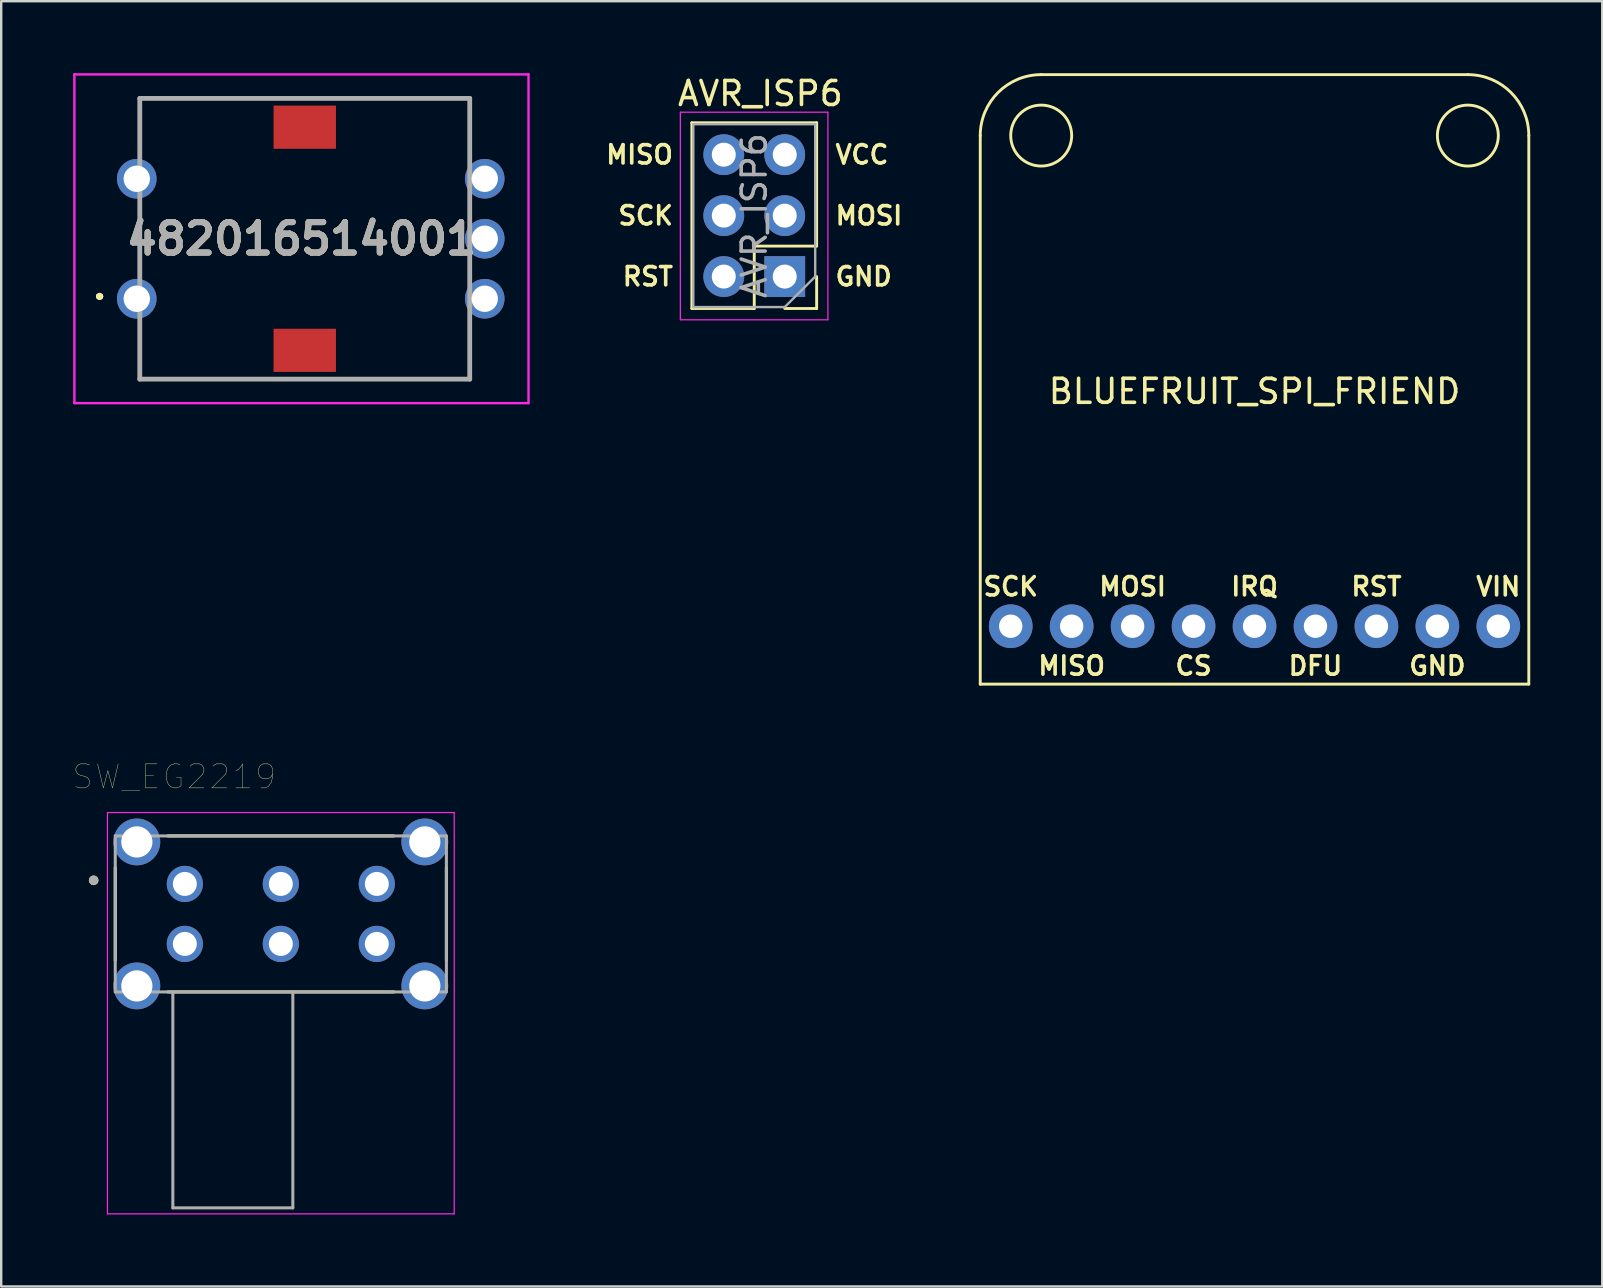
<source format=kicad_pcb>
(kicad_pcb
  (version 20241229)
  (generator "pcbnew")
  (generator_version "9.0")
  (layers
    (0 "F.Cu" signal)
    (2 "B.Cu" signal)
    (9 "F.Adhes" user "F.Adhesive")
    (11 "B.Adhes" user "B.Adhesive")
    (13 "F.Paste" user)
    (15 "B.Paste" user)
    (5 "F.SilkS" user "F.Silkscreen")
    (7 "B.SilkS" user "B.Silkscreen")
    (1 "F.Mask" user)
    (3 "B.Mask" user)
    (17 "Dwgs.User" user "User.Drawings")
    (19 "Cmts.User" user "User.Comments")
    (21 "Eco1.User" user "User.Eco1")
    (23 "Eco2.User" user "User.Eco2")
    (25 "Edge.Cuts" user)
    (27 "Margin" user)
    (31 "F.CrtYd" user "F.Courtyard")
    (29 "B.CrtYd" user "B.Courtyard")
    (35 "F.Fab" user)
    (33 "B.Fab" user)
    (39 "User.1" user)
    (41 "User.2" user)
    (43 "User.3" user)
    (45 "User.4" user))
  (footprint "SW_EG2219"
    (layer "F.Cu")
    (at 8.653 35.036)
    (property "Reference" "SW_EG2219" (at -4.445 -5.715 0) (layer "F.SilkS") (effects (font (size 1 1) (thickness 0.015))))
    (attr through_hole)
    (fp_line (start -6.9 -1.93) (end -6.9 1.93) (stroke (width 0.127) (type solid)) (layer "F.SilkS"))
    (fp_line (start -4.705 3.25) (end 4.705 3.25) (stroke (width 0.127) (type solid)) (layer "F.SilkS"))
    (fp_line (start 4.705 -3.25) (end -4.705 -3.25) (stroke (width 0.127) (type solid)) (layer "F.SilkS"))
    (fp_line (start 6.9 1.93) (end 6.9 -1.93) (stroke (width 0.127) (type solid)) (layer "F.SilkS"))
    (fp_circle (center -7.8 -1.4) (end -7.7 -1.4) (stroke (width 0.2) (type solid)) (fill no) (layer "F.SilkS"))
    (fp_line (start -7.225 -4.225) (end 7.225 -4.225) (stroke (width 0.05) (type solid)) (layer "F.CrtYd"))
    (fp_line (start -7.225 12.5) (end -7.225 -4.225) (stroke (width 0.05) (type solid)) (layer "F.CrtYd"))
    (fp_line (start 7.225 -4.225) (end 7.225 12.5) (stroke (width 0.05) (type solid)) (layer "F.CrtYd"))
    (fp_line (start 7.225 12.5) (end -7.225 12.5) (stroke (width 0.05) (type solid)) (layer "F.CrtYd"))
    (fp_line (start -6.9 -3.25) (end -6.9 3.25) (stroke (width 0.127) (type solid)) (layer "F.Fab"))
    (fp_line (start -6.9 3.25) (end 6.9 3.25) (stroke (width 0.127) (type solid)) (layer "F.Fab"))
    (fp_line (start -4.5 12.25) (end -4.5 3.25) (stroke (width 0.127) (type solid)) (layer "F.Fab"))
    (fp_line (start 0.5 3.25) (end 0.5 12.25) (stroke (width 0.127) (type solid)) (layer "F.Fab"))
    (fp_line (start 0.5 12.25) (end -4.5 12.25) (stroke (width 0.127) (type solid)) (layer "F.Fab"))
    (fp_line (start 6.9 -3.25) (end -6.9 -3.25) (stroke (width 0.127) (type solid)) (layer "F.Fab"))
    (fp_line (start 6.9 3.25) (end 6.9 -3.25) (stroke (width 0.127) (type solid)) (layer "F.Fab"))
    (fp_circle (center -7.8 -1.4) (end -7.7 -1.4) (stroke (width 0.2) (type solid)) (fill no) (layer "F.Fab"))
    (pad "1" thru_hole circle (at -4 -1.25) (size 1.508 1.508) (drill 1) (layers "*.Cu" "*.Mask"))
    (pad "2" thru_hole circle (at 0 -1.25) (size 1.508 1.508) (drill 1) (layers "*.Cu" "*.Mask"))
    (pad "3" thru_hole circle (at 4 -1.25) (size 1.508 1.508) (drill 1) (layers "*.Cu" "*.Mask"))
    (pad "4" thru_hole circle (at -4 1.25) (size 1.508 1.508) (drill 1) (layers "*.Cu" "*.Mask"))
    (pad "5" thru_hole circle (at 0 1.25) (size 1.508 1.508) (drill 1) (layers "*.Cu" "*.Mask"))
    (pad "6" thru_hole circle (at 4 1.25) (size 1.508 1.508) (drill 1) (layers "*.Cu" "*.Mask"))
    (pad "S1" thru_hole circle (at -6 -3) (size 1.95 1.95) (drill 1.3) (layers "*.Cu" "*.Mask"))
    (pad "S2" thru_hole circle (at 6 -3) (size 1.95 1.95) (drill 1.3) (layers "*.Cu" "*.Mask"))
    (pad "S3" thru_hole circle (at -6 3) (size 1.95 1.95) (drill 1.3) (layers "*.Cu" "*.Mask"))
    (pad "S4" thru_hole circle (at 6 3) (size 1.95 1.95) (drill 1.3) (layers "*.Cu" "*.Mask")))
  (footprint "AVR_ISP6"
    (layer "F.Cu")
    (at 28.636 0.348)
    (property "Reference" "AVR_ISP6" (at 0 0.5 0) (layer "F.SilkS") (effects (font (size 1 1) (thickness 0.15))))
    (attr through_hole)
    (fp_line (start -2.854 9.458) (end -2.854 1.718) (stroke (width 0.12) (type solid)) (layer "F.SilkS"))
    (fp_line (start -0.254 6.858) (end -0.254 9.458) (stroke (width 0.12) (type solid)) (layer "F.SilkS"))
    (fp_line (start -0.254 9.458) (end -2.854 9.458) (stroke (width 0.12) (type solid)) (layer "F.SilkS"))
    (fp_line (start 2.346 1.718) (end -2.854 1.718) (stroke (width 0.12) (type solid)) (layer "F.SilkS"))
    (fp_line (start 2.346 6.858) (end -0.254 6.858) (stroke (width 0.12) (type solid)) (layer "F.SilkS"))
    (fp_line (start 2.346 6.858) (end 2.346 1.718) (stroke (width 0.12) (type solid)) (layer "F.SilkS"))
    (fp_line (start 2.346 8.128) (end 2.346 9.458) (stroke (width 0.12) (type solid)) (layer "F.SilkS"))
    (fp_line (start 2.346 9.458) (end 1.016 9.458) (stroke (width 0.12) (type solid)) (layer "F.SilkS"))
    (fp_line (start -3.334 1.278) (end -3.334 9.928) (stroke (width 0.05) (type solid)) (layer "F.CrtYd"))
    (fp_line (start -3.334 9.928) (end 2.816 9.928) (stroke (width 0.05) (type solid)) (layer "F.CrtYd"))
    (fp_line (start 2.816 1.278) (end -3.334 1.278) (stroke (width 0.05) (type solid)) (layer "F.CrtYd"))
    (fp_line (start 2.816 9.928) (end 2.816 1.278) (stroke (width 0.05) (type solid)) (layer "F.CrtYd"))
    (fp_line (start -2.794 1.778) (end 2.286 1.778) (stroke (width 0.1) (type solid)) (layer "F.Fab"))
    (fp_line (start -2.794 9.398) (end -2.794 1.778) (stroke (width 0.1) (type solid)) (layer "F.Fab"))
    (fp_line (start 1.016 9.398) (end -2.794 9.398) (stroke (width 0.1) (type solid)) (layer "F.Fab"))
    (fp_line (start 2.286 1.778) (end 2.286 8.128) (stroke (width 0.1) (type solid)) (layer "F.Fab"))
    (fp_line (start 2.286 8.128) (end 1.016 9.398) (stroke (width 0.1) (type solid)) (layer "F.Fab"))
    (fp_text user "RST" (at -3.556 8.128 0) (layer "F.SilkS") (effects (font (size 0.762 0.762) (thickness 0.15)) (justify right)))
    (fp_text user "MOSI" (at 3.048 5.588 180) (layer "F.SilkS") (effects (font (size 0.762 0.762) (thickness 0.15)) (justify left)))
    (fp_text user "VCC" (at 3.048 3.048 180) (layer "F.SilkS") (effects (font (size 0.762 0.762) (thickness 0.15)) (justify left)))
    (fp_text user "GND" (at 3.048 8.128 180) (layer "F.SilkS") (effects (font (size 0.762 0.762) (thickness 0.15)) (justify left)))
    (fp_text user "SCK" (at -3.556 5.588 0) (layer "F.SilkS") (effects (font (size 0.762 0.762) (thickness 0.15)) (justify right)))
    (fp_text user "MISO" (at -3.556 3.048 0) (layer "F.SilkS") (effects (font (size 0.762 0.762) (thickness 0.15)) (justify right)))
    (fp_text user "${REFERENCE}" (at -0.254 5.588 270) (layer "F.Fab") (effects (font (size 1 1) (thickness 0.15))))
    (pad "1" thru_hole oval (at -1.524 3.048 180) (size 1.7 1.7) (drill 1) (layers "*.Cu" "*.Mask"))
    (pad "2" thru_hole oval (at 1.016 3.048 180) (size 1.7 1.7) (drill 1) (layers "*.Cu" "*.Mask"))
    (pad "3" thru_hole oval (at -1.524 5.588 180) (size 1.7 1.7) (drill 1) (layers "*.Cu" "*.Mask"))
    (pad "4" thru_hole oval (at 1.016 5.588 180) (size 1.7 1.7) (drill 1) (layers "*.Cu" "*.Mask"))
    (pad "5" thru_hole oval (at -1.524 8.128 180) (size 1.7 1.7) (drill 1) (layers "*.Cu" "*.Mask"))
    (pad "6" thru_hole rect (at 1.016 8.128 180) (size 1.7 1.7) (drill 1) (layers "*.Cu" "*.Mask")))
  (footprint "482016514001"
    (layer "F.Cu")
    (at 9.65 6.9)
    (property "Reference" "482016514001" (at -0.138 0 0) (layer "F.SilkS") (effects (font (size 1.27 1.27) (thickness 0.254))))
    (attr through_hole)
    (fp_line (start -8.6 2.4) (end -8.6 2.4) (stroke (width 0.2) (type solid)) (layer "F.SilkS"))
    (fp_line (start -8.6 2.4) (end -8.6 2.4) (stroke (width 0.2) (type solid)) (layer "F.SilkS"))
    (fp_line (start -8.5 2.4) (end -8.5 2.4) (stroke (width 0.2) (type solid)) (layer "F.SilkS"))
    (fp_line (start -6.875 -5.85) (end -6.875 -5.85) (stroke (width 0.1) (type solid)) (layer "F.SilkS"))
    (fp_line (start -6.875 -5.85) (end -6.875 -5.85) (stroke (width 0.1) (type solid)) (layer "F.SilkS"))
    (fp_line (start -6.875 -5.85) (end -6.875 -4) (stroke (width 0.1) (type solid)) (layer "F.SilkS"))
    (fp_line (start -6.875 -5.85) (end 6.875 -5.85) (stroke (width 0.1) (type solid)) (layer "F.SilkS"))
    (fp_line (start -6.875 -4) (end -6.875 -5.85) (stroke (width 0.1) (type solid)) (layer "F.SilkS"))
    (fp_line (start -6.875 -4) (end -6.875 -4) (stroke (width 0.1) (type solid)) (layer "F.SilkS"))
    (fp_line (start -6.875 -1) (end -6.875 -1) (stroke (width 0.1) (type solid)) (layer "F.SilkS"))
    (fp_line (start -6.875 -1) (end -6.875 1) (stroke (width 0.1) (type solid)) (layer "F.SilkS"))
    (fp_line (start -6.875 1) (end -6.875 -1) (stroke (width 0.1) (type solid)) (layer "F.SilkS"))
    (fp_line (start -6.875 1) (end -6.875 1) (stroke (width 0.1) (type solid)) (layer "F.SilkS"))
    (fp_line (start -6.875 4) (end -6.875 4) (stroke (width 0.1) (type solid)) (layer "F.SilkS"))
    (fp_line (start -6.875 4) (end -6.875 5.85) (stroke (width 0.1) (type solid)) (layer "F.SilkS"))
    (fp_line (start -6.875 5.85) (end -6.875 4) (stroke (width 0.1) (type solid)) (layer "F.SilkS"))
    (fp_line (start -6.875 5.85) (end -6.875 5.85) (stroke (width 0.1) (type solid)) (layer "F.SilkS"))
    (fp_line (start -6.875 5.85) (end -6.875 5.85) (stroke (width 0.1) (type solid)) (layer "F.SilkS"))
    (fp_line (start -6.875 5.85) (end 6.875 5.85) (stroke (width 0.1) (type solid)) (layer "F.SilkS"))
    (fp_line (start 6.875 -5.85) (end -6.875 -5.85) (stroke (width 0.1) (type solid)) (layer "F.SilkS"))
    (fp_line (start 6.875 -5.85) (end 6.875 -5.85) (stroke (width 0.1) (type solid)) (layer "F.SilkS"))
    (fp_line (start 6.875 -5.85) (end 6.875 -5.85) (stroke (width 0.1) (type solid)) (layer "F.SilkS"))
    (fp_line (start 6.875 -5.85) (end 6.875 -3.75) (stroke (width 0.1) (type solid)) (layer "F.SilkS"))
    (fp_line (start 6.875 -3.75) (end 6.875 -5.85) (stroke (width 0.1) (type solid)) (layer "F.SilkS"))
    (fp_line (start 6.875 -3.75) (end 6.875 -3.75) (stroke (width 0.1) (type solid)) (layer "F.SilkS"))
    (fp_line (start 6.875 3.75) (end 6.875 3.75) (stroke (width 0.1) (type solid)) (layer "F.SilkS"))
    (fp_line (start 6.875 3.75) (end 6.875 5.85) (stroke (width 0.1) (type solid)) (layer "F.SilkS"))
    (fp_line (start 6.875 5.85) (end -6.875 5.85) (stroke (width 0.1) (type solid)) (layer "F.SilkS"))
    (fp_line (start 6.875 5.85) (end 6.875 3.75) (stroke (width 0.1) (type solid)) (layer "F.SilkS"))
    (fp_line (start 6.875 5.85) (end 6.875 5.85) (stroke (width 0.1) (type solid)) (layer "F.SilkS"))
    (fp_line (start 6.875 5.85) (end 6.875 5.85) (stroke (width 0.1) (type solid)) (layer "F.SilkS"))
    (fp_arc (start -8.6 2.4) (mid -8.55 2.35) (end -8.5 2.4) (stroke (width 0.2) (type solid)) (layer "F.SilkS"))
    (fp_arc (start -8.5 2.4) (mid -8.55 2.45) (end -8.6 2.4) (stroke (width 0.2) (type solid)) (layer "F.SilkS"))
    (fp_arc (start -8.5 2.4) (mid -8.55 2.45) (end -8.6 2.4) (stroke (width 0.2) (type solid)) (layer "F.SilkS"))
    (fp_line (start -9.6 -6.85) (end 9.325 -6.85) (stroke (width 0.1) (type solid)) (layer "F.CrtYd"))
    (fp_line (start -9.6 6.85) (end -9.6 -6.85) (stroke (width 0.1) (type solid)) (layer "F.CrtYd"))
    (fp_line (start 9.325 -6.85) (end 9.325 6.85) (stroke (width 0.1) (type solid)) (layer "F.CrtYd"))
    (fp_line (start 9.325 6.85) (end -9.6 6.85) (stroke (width 0.1) (type solid)) (layer "F.CrtYd"))
    (fp_line (start -6.875 -5.85) (end -6.875 5.85) (stroke (width 0.2) (type solid)) (layer "F.Fab"))
    (fp_line (start -6.875 5.85) (end 6.875 5.85) (stroke (width 0.2) (type solid)) (layer "F.Fab"))
    (fp_line (start 6.875 -5.85) (end -6.875 -5.85) (stroke (width 0.2) (type solid)) (layer "F.Fab"))
    (fp_line (start 6.875 5.85) (end 6.875 -5.85) (stroke (width 0.2) (type solid)) (layer "F.Fab"))
    (fp_text user "${REFERENCE}" (at -0.138 0 0) (layer "F.Fab") (effects (font (size 1.27 1.27) (thickness 0.254))))
    (pad "A" thru_hole circle (at 7.5 2.5) (size 1.65 1.65) (drill 1.1) (layers "*.Cu" "*.Mask"))
    (pad "B" thru_hole circle (at 7.5 -2.5) (size 1.65 1.65) (drill 1.1) (layers "*.Cu" "*.Mask"))
    (pad "C" thru_hole circle (at 7.5 0) (size 1.65 1.65) (drill 1.1) (layers "*.Cu" "*.Mask"))
    (pad "MP1" smd rect (at 0 4.65 90) (size 1.8 2.6) (layers "F.Cu" "F.Mask" "F.Paste"))
    (pad "MP2" smd rect (at 0 -4.65 90) (size 1.8 2.6) (layers "F.Cu" "F.Mask" "F.Paste"))
    (pad "S1" thru_hole circle (at -7 2.5) (size 1.65 1.65) (drill 1.1) (layers "*.Cu" "*.Mask"))
    (pad "S2" thru_hole circle (at -7 -2.5) (size 1.65 1.65) (drill 1.1) (layers "*.Cu" "*.Mask")))
  (footprint "BLUEFRUIT_SPI_FRIEND"
    (layer "F.Cu")
    (at 49.23 25.46)
    (property "Reference" "BLUEFRUIT_SPI_FRIEND" (at 0 -12.2 0) (layer "F.SilkS") (effects (font (size 1 1) (thickness 0.15))))
    (attr through_hole)
    (fp_line (start -11.43 0) (end -11.43 -22.86) (stroke (width 0.12) (type solid)) (layer "F.SilkS"))
    (fp_line (start -11.43 0) (end 11.43 0) (stroke (width 0.12) (type solid)) (layer "F.SilkS"))
    (fp_line (start -8.89 -25.4) (end 8.89 -25.4) (stroke (width 0.12) (type solid)) (layer "F.SilkS"))
    (fp_line (start 11.43 0) (end 11.43 -22.86) (stroke (width 0.12) (type solid)) (layer "F.SilkS"))
    (fp_arc (start -11.43 -22.86) (mid -10.686051 -24.656051) (end -8.89 -25.4) (stroke (width 0.12) (type solid)) (layer "F.SilkS"))
    (fp_arc (start 8.89 -25.4) (mid 10.686051 -24.656051) (end 11.43 -22.86) (stroke (width 0.12) (type solid)) (layer "F.SilkS"))
    (fp_circle (center -8.89 -22.86) (end -7.62 -22.86) (stroke (width 0.12) (type solid)) (fill no) (layer "F.SilkS"))
    (fp_circle (center 8.89 -22.86) (end 10.16 -22.86) (stroke (width 0.12) (type solid)) (fill no) (layer "F.SilkS"))
    (fp_text user "DFU" (at 2.54 -0.762 0) (layer "F.SilkS") (effects (font (size 0.762 0.762) (thickness 0.15))))
    (fp_text user "VIN" (at 10.16 -4.064 0) (layer "F.SilkS") (effects (font (size 0.762 0.762) (thickness 0.15))))
    (fp_text user "MOSI" (at -5.08 -4.064 0) (layer "F.SilkS") (effects (font (size 0.762 0.762) (thickness 0.15))))
    (fp_text user "CS" (at -2.54 -0.762 0) (layer "F.SilkS") (effects (font (size 0.762 0.762) (thickness 0.15))))
    (fp_text user "GND" (at 7.62 -0.762 0) (layer "F.SilkS") (effects (font (size 0.762 0.762) (thickness 0.15))))
    (fp_text user "MISO" (at -7.62 -0.762 0) (layer "F.SilkS") (effects (font (size 0.762 0.762) (thickness 0.15))))
    (fp_text user "RST" (at 5.08 -4.064 0) (layer "F.SilkS") (effects (font (size 0.762 0.762) (thickness 0.15))))
    (fp_text user "SCK" (at -10.16 -4.064 0) (layer "F.SilkS") (effects (font (size 0.762 0.762) (thickness 0.15))))
    (fp_text user "IRQ" (at 0 -4.064 0) (layer "F.SilkS") (effects (font (size 0.762 0.762) (thickness 0.15))))
    (pad "1" thru_hole circle (at -10.16 -2.413) (size 1.82 1.82) (drill 0.974) (layers "*.Cu" "*.Mask"))
    (pad "2" thru_hole circle (at -7.62 -2.413) (size 1.82 1.82) (drill 0.974) (layers "*.Cu" "*.Mask"))
    (pad "3" thru_hole circle (at -5.08 -2.413) (size 1.82 1.82) (drill 0.974) (layers "*.Cu" "*.Mask"))
    (pad "4" thru_hole circle (at -2.54 -2.413) (size 1.82 1.82) (drill 0.974) (layers "*.Cu" "*.Mask"))
    (pad "5" thru_hole circle (at 0 -2.413) (size 1.82 1.82) (drill 0.974) (layers "*.Cu" "*.Mask"))
    (pad "6" thru_hole circle (at 2.54 -2.413) (size 1.82 1.82) (drill 0.974) (layers "*.Cu" "*.Mask"))
    (pad "7" thru_hole circle (at 5.08 -2.413) (size 1.82 1.82) (drill 0.974) (layers "*.Cu" "*.Mask"))
    (pad "8" thru_hole circle (at 7.62 -2.413) (size 1.82 1.82) (drill 0.974) (layers "*.Cu" "*.Mask"))
    (pad "9" thru_hole circle (at 10.16 -2.413) (size 1.82 1.82) (drill 0.974) (layers "*.Cu" "*.Mask")))
  (gr_rect
    (start -3 -3)
    (end 63.72 50.561)
    (stroke (width 0.1) (type default))
    (fill no)
    (layer "Edge.Cuts")))
</source>
